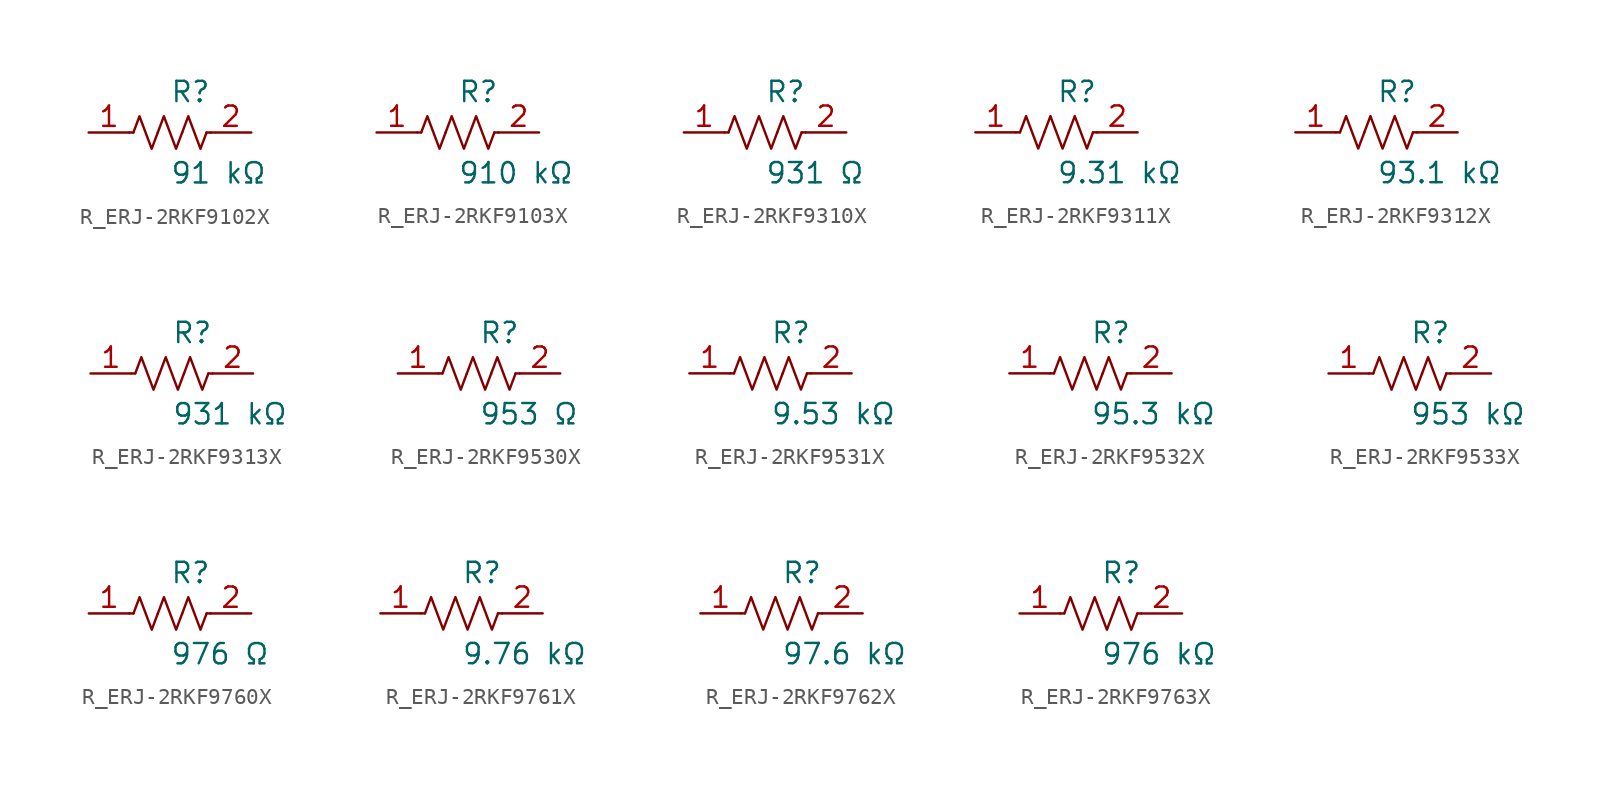
<source format=kicad_sym>
(kicad_symbol_lib
  (version 20231120)
  (generator kicad_symbol_editor)
  (generator_version 8.0)
  (symbol "R_ERJ-2RKF9102X"
    (pin_names
      (offset 0.254))
    (property "Reference" "R"
      (at 0 2.54 0)
      (effects (font (size 1.27 1.27)) (justify left)))
    (property "Value" "91 kΩ"
      (at 0 -2.54 0)
      (effects (font (size 1.27 1.27)) (justify left)))
    (symbol "R_ERJ-2RKF9102X_0_1"
      (polyline (pts (xy 2.286 0) (xy 2.54 0)) (stroke (width 0) (type default)) (fill (type none)))
      (polyline (pts (xy -2.286 0) (xy -2.54 0)) (stroke (width 0) (type default)) (fill (type none)))
      (polyline (pts (xy 0.762 0) (xy 1.143 1.016) (xy 1.524 0) (xy 1.905 -1.016) (xy 2.286 0)) (stroke (width 0) (type default)) (fill (type none)))
      (polyline (pts (xy -0.762 0) (xy -0.381 1.016) (xy 0 0) (xy 0.381 -1.016) (xy 0.762 0)) (stroke (width 0) (type default)) (fill (type none)))
      (polyline (pts (xy -2.286 0) (xy -1.905 1.016) (xy -1.524 0) (xy -1.143 -1.016) (xy -0.762 0)) (stroke (width 0) (type default)) (fill (type none))))
    (pin passive line
      (at -5.08 0 0)
      (length 2.54)
      (name "" (effects (font (size 1.27 1.27))))
      (number "1" (effects (font (size 1.27 1.27)))))
    (pin passive line
      (at 5.08 0 180)
      (length 2.54)
      (name "" (effects (font (size 1.27 1.27))))
      (number "2" (effects (font (size 1.27 1.27))))))
  (symbol "R_ERJ-2RKF9103X"
    (pin_names
      (offset 0.254))
    (property "Reference" "R"
      (at 0 2.54 0)
      (effects (font (size 1.27 1.27)) (justify left)))
    (property "Value" "910 kΩ"
      (at 0 -2.54 0)
      (effects (font (size 1.27 1.27)) (justify left)))
    (symbol "R_ERJ-2RKF9103X_0_1"
      (polyline (pts (xy 2.286 0) (xy 2.54 0)) (stroke (width 0) (type default)) (fill (type none)))
      (polyline (pts (xy -2.286 0) (xy -2.54 0)) (stroke (width 0) (type default)) (fill (type none)))
      (polyline (pts (xy 0.762 0) (xy 1.143 1.016) (xy 1.524 0) (xy 1.905 -1.016) (xy 2.286 0)) (stroke (width 0) (type default)) (fill (type none)))
      (polyline (pts (xy -0.762 0) (xy -0.381 1.016) (xy 0 0) (xy 0.381 -1.016) (xy 0.762 0)) (stroke (width 0) (type default)) (fill (type none)))
      (polyline (pts (xy -2.286 0) (xy -1.905 1.016) (xy -1.524 0) (xy -1.143 -1.016) (xy -0.762 0)) (stroke (width 0) (type default)) (fill (type none))))
    (pin passive line
      (at -5.08 0 0)
      (length 2.54)
      (name "" (effects (font (size 1.27 1.27))))
      (number "1" (effects (font (size 1.27 1.27)))))
    (pin passive line
      (at 5.08 0 180)
      (length 2.54)
      (name "" (effects (font (size 1.27 1.27))))
      (number "2" (effects (font (size 1.27 1.27))))))
  (symbol "R_ERJ-2RKF9310X"
    (pin_names
      (offset 0.254))
    (property "Reference" "R"
      (at 0 2.54 0)
      (effects (font (size 1.27 1.27)) (justify left)))
    (property "Value" "931 Ω"
      (at 0 -2.54 0)
      (effects (font (size 1.27 1.27)) (justify left)))
    (symbol "R_ERJ-2RKF9310X_0_1"
      (polyline (pts (xy 2.286 0) (xy 2.54 0)) (stroke (width 0) (type default)) (fill (type none)))
      (polyline (pts (xy -2.286 0) (xy -2.54 0)) (stroke (width 0) (type default)) (fill (type none)))
      (polyline (pts (xy 0.762 0) (xy 1.143 1.016) (xy 1.524 0) (xy 1.905 -1.016) (xy 2.286 0)) (stroke (width 0) (type default)) (fill (type none)))
      (polyline (pts (xy -0.762 0) (xy -0.381 1.016) (xy 0 0) (xy 0.381 -1.016) (xy 0.762 0)) (stroke (width 0) (type default)) (fill (type none)))
      (polyline (pts (xy -2.286 0) (xy -1.905 1.016) (xy -1.524 0) (xy -1.143 -1.016) (xy -0.762 0)) (stroke (width 0) (type default)) (fill (type none))))
    (pin passive line
      (at -5.08 0 0)
      (length 2.54)
      (name "" (effects (font (size 1.27 1.27))))
      (number "1" (effects (font (size 1.27 1.27)))))
    (pin passive line
      (at 5.08 0 180)
      (length 2.54)
      (name "" (effects (font (size 1.27 1.27))))
      (number "2" (effects (font (size 1.27 1.27))))))
  (symbol "R_ERJ-2RKF9311X"
    (pin_names
      (offset 0.254))
    (property "Reference" "R"
      (at 0 2.54 0)
      (effects (font (size 1.27 1.27)) (justify left)))
    (property "Value" "9.31 kΩ"
      (at 0 -2.54 0)
      (effects (font (size 1.27 1.27)) (justify left)))
    (symbol "R_ERJ-2RKF9311X_0_1"
      (polyline (pts (xy 2.286 0) (xy 2.54 0)) (stroke (width 0) (type default)) (fill (type none)))
      (polyline (pts (xy -2.286 0) (xy -2.54 0)) (stroke (width 0) (type default)) (fill (type none)))
      (polyline (pts (xy 0.762 0) (xy 1.143 1.016) (xy 1.524 0) (xy 1.905 -1.016) (xy 2.286 0)) (stroke (width 0) (type default)) (fill (type none)))
      (polyline (pts (xy -0.762 0) (xy -0.381 1.016) (xy 0 0) (xy 0.381 -1.016) (xy 0.762 0)) (stroke (width 0) (type default)) (fill (type none)))
      (polyline (pts (xy -2.286 0) (xy -1.905 1.016) (xy -1.524 0) (xy -1.143 -1.016) (xy -0.762 0)) (stroke (width 0) (type default)) (fill (type none))))
    (pin passive line
      (at -5.08 0 0)
      (length 2.54)
      (name "" (effects (font (size 1.27 1.27))))
      (number "1" (effects (font (size 1.27 1.27)))))
    (pin passive line
      (at 5.08 0 180)
      (length 2.54)
      (name "" (effects (font (size 1.27 1.27))))
      (number "2" (effects (font (size 1.27 1.27))))))
  (symbol "R_ERJ-2RKF9312X"
    (pin_names
      (offset 0.254))
    (property "Reference" "R"
      (at 0 2.54 0)
      (effects (font (size 1.27 1.27)) (justify left)))
    (property "Value" "93.1 kΩ"
      (at 0 -2.54 0)
      (effects (font (size 1.27 1.27)) (justify left)))
    (symbol "R_ERJ-2RKF9312X_0_1"
      (polyline (pts (xy 2.286 0) (xy 2.54 0)) (stroke (width 0) (type default)) (fill (type none)))
      (polyline (pts (xy -2.286 0) (xy -2.54 0)) (stroke (width 0) (type default)) (fill (type none)))
      (polyline (pts (xy 0.762 0) (xy 1.143 1.016) (xy 1.524 0) (xy 1.905 -1.016) (xy 2.286 0)) (stroke (width 0) (type default)) (fill (type none)))
      (polyline (pts (xy -0.762 0) (xy -0.381 1.016) (xy 0 0) (xy 0.381 -1.016) (xy 0.762 0)) (stroke (width 0) (type default)) (fill (type none)))
      (polyline (pts (xy -2.286 0) (xy -1.905 1.016) (xy -1.524 0) (xy -1.143 -1.016) (xy -0.762 0)) (stroke (width 0) (type default)) (fill (type none))))
    (pin passive line
      (at -5.08 0 0)
      (length 2.54)
      (name "" (effects (font (size 1.27 1.27))))
      (number "1" (effects (font (size 1.27 1.27)))))
    (pin passive line
      (at 5.08 0 180)
      (length 2.54)
      (name "" (effects (font (size 1.27 1.27))))
      (number "2" (effects (font (size 1.27 1.27))))))
  (symbol "R_ERJ-2RKF9313X"
    (pin_names
      (offset 0.254))
    (property "Reference" "R"
      (at 0 2.54 0)
      (effects (font (size 1.27 1.27)) (justify left)))
    (property "Value" "931 kΩ"
      (at 0 -2.54 0)
      (effects (font (size 1.27 1.27)) (justify left)))
    (symbol "R_ERJ-2RKF9313X_0_1"
      (polyline (pts (xy 2.286 0) (xy 2.54 0)) (stroke (width 0) (type default)) (fill (type none)))
      (polyline (pts (xy -2.286 0) (xy -2.54 0)) (stroke (width 0) (type default)) (fill (type none)))
      (polyline (pts (xy 0.762 0) (xy 1.143 1.016) (xy 1.524 0) (xy 1.905 -1.016) (xy 2.286 0)) (stroke (width 0) (type default)) (fill (type none)))
      (polyline (pts (xy -0.762 0) (xy -0.381 1.016) (xy 0 0) (xy 0.381 -1.016) (xy 0.762 0)) (stroke (width 0) (type default)) (fill (type none)))
      (polyline (pts (xy -2.286 0) (xy -1.905 1.016) (xy -1.524 0) (xy -1.143 -1.016) (xy -0.762 0)) (stroke (width 0) (type default)) (fill (type none))))
    (pin passive line
      (at -5.08 0 0)
      (length 2.54)
      (name "" (effects (font (size 1.27 1.27))))
      (number "1" (effects (font (size 1.27 1.27)))))
    (pin passive line
      (at 5.08 0 180)
      (length 2.54)
      (name "" (effects (font (size 1.27 1.27))))
      (number "2" (effects (font (size 1.27 1.27))))))
  (symbol "R_ERJ-2RKF9530X"
    (pin_names
      (offset 0.254))
    (property "Reference" "R"
      (at 0 2.54 0)
      (effects (font (size 1.27 1.27)) (justify left)))
    (property "Value" "953 Ω"
      (at 0 -2.54 0)
      (effects (font (size 1.27 1.27)) (justify left)))
    (symbol "R_ERJ-2RKF9530X_0_1"
      (polyline (pts (xy 2.286 0) (xy 2.54 0)) (stroke (width 0) (type default)) (fill (type none)))
      (polyline (pts (xy -2.286 0) (xy -2.54 0)) (stroke (width 0) (type default)) (fill (type none)))
      (polyline (pts (xy 0.762 0) (xy 1.143 1.016) (xy 1.524 0) (xy 1.905 -1.016) (xy 2.286 0)) (stroke (width 0) (type default)) (fill (type none)))
      (polyline (pts (xy -0.762 0) (xy -0.381 1.016) (xy 0 0) (xy 0.381 -1.016) (xy 0.762 0)) (stroke (width 0) (type default)) (fill (type none)))
      (polyline (pts (xy -2.286 0) (xy -1.905 1.016) (xy -1.524 0) (xy -1.143 -1.016) (xy -0.762 0)) (stroke (width 0) (type default)) (fill (type none))))
    (pin passive line
      (at -5.08 0 0)
      (length 2.54)
      (name "" (effects (font (size 1.27 1.27))))
      (number "1" (effects (font (size 1.27 1.27)))))
    (pin passive line
      (at 5.08 0 180)
      (length 2.54)
      (name "" (effects (font (size 1.27 1.27))))
      (number "2" (effects (font (size 1.27 1.27))))))
  (symbol "R_ERJ-2RKF9531X"
    (pin_names
      (offset 0.254))
    (property "Reference" "R"
      (at 0 2.54 0)
      (effects (font (size 1.27 1.27)) (justify left)))
    (property "Value" "9.53 kΩ"
      (at 0 -2.54 0)
      (effects (font (size 1.27 1.27)) (justify left)))
    (symbol "R_ERJ-2RKF9531X_0_1"
      (polyline (pts (xy 2.286 0) (xy 2.54 0)) (stroke (width 0) (type default)) (fill (type none)))
      (polyline (pts (xy -2.286 0) (xy -2.54 0)) (stroke (width 0) (type default)) (fill (type none)))
      (polyline (pts (xy 0.762 0) (xy 1.143 1.016) (xy 1.524 0) (xy 1.905 -1.016) (xy 2.286 0)) (stroke (width 0) (type default)) (fill (type none)))
      (polyline (pts (xy -0.762 0) (xy -0.381 1.016) (xy 0 0) (xy 0.381 -1.016) (xy 0.762 0)) (stroke (width 0) (type default)) (fill (type none)))
      (polyline (pts (xy -2.286 0) (xy -1.905 1.016) (xy -1.524 0) (xy -1.143 -1.016) (xy -0.762 0)) (stroke (width 0) (type default)) (fill (type none))))
    (pin passive line
      (at -5.08 0 0)
      (length 2.54)
      (name "" (effects (font (size 1.27 1.27))))
      (number "1" (effects (font (size 1.27 1.27)))))
    (pin passive line
      (at 5.08 0 180)
      (length 2.54)
      (name "" (effects (font (size 1.27 1.27))))
      (number "2" (effects (font (size 1.27 1.27))))))
  (symbol "R_ERJ-2RKF9532X"
    (pin_names
      (offset 0.254))
    (property "Reference" "R"
      (at 0 2.54 0)
      (effects (font (size 1.27 1.27)) (justify left)))
    (property "Value" "95.3 kΩ"
      (at 0 -2.54 0)
      (effects (font (size 1.27 1.27)) (justify left)))
    (symbol "R_ERJ-2RKF9532X_0_1"
      (polyline (pts (xy 2.286 0) (xy 2.54 0)) (stroke (width 0) (type default)) (fill (type none)))
      (polyline (pts (xy -2.286 0) (xy -2.54 0)) (stroke (width 0) (type default)) (fill (type none)))
      (polyline (pts (xy 0.762 0) (xy 1.143 1.016) (xy 1.524 0) (xy 1.905 -1.016) (xy 2.286 0)) (stroke (width 0) (type default)) (fill (type none)))
      (polyline (pts (xy -0.762 0) (xy -0.381 1.016) (xy 0 0) (xy 0.381 -1.016) (xy 0.762 0)) (stroke (width 0) (type default)) (fill (type none)))
      (polyline (pts (xy -2.286 0) (xy -1.905 1.016) (xy -1.524 0) (xy -1.143 -1.016) (xy -0.762 0)) (stroke (width 0) (type default)) (fill (type none))))
    (pin passive line
      (at -5.08 0 0)
      (length 2.54)
      (name "" (effects (font (size 1.27 1.27))))
      (number "1" (effects (font (size 1.27 1.27)))))
    (pin passive line
      (at 5.08 0 180)
      (length 2.54)
      (name "" (effects (font (size 1.27 1.27))))
      (number "2" (effects (font (size 1.27 1.27))))))
  (symbol "R_ERJ-2RKF9533X"
    (pin_names
      (offset 0.254))
    (property "Reference" "R"
      (at 0 2.54 0)
      (effects (font (size 1.27 1.27)) (justify left)))
    (property "Value" "953 kΩ"
      (at 0 -2.54 0)
      (effects (font (size 1.27 1.27)) (justify left)))
    (symbol "R_ERJ-2RKF9533X_0_1"
      (polyline (pts (xy 2.286 0) (xy 2.54 0)) (stroke (width 0) (type default)) (fill (type none)))
      (polyline (pts (xy -2.286 0) (xy -2.54 0)) (stroke (width 0) (type default)) (fill (type none)))
      (polyline (pts (xy 0.762 0) (xy 1.143 1.016) (xy 1.524 0) (xy 1.905 -1.016) (xy 2.286 0)) (stroke (width 0) (type default)) (fill (type none)))
      (polyline (pts (xy -0.762 0) (xy -0.381 1.016) (xy 0 0) (xy 0.381 -1.016) (xy 0.762 0)) (stroke (width 0) (type default)) (fill (type none)))
      (polyline (pts (xy -2.286 0) (xy -1.905 1.016) (xy -1.524 0) (xy -1.143 -1.016) (xy -0.762 0)) (stroke (width 0) (type default)) (fill (type none))))
    (pin passive line
      (at -5.08 0 0)
      (length 2.54)
      (name "" (effects (font (size 1.27 1.27))))
      (number "1" (effects (font (size 1.27 1.27)))))
    (pin passive line
      (at 5.08 0 180)
      (length 2.54)
      (name "" (effects (font (size 1.27 1.27))))
      (number "2" (effects (font (size 1.27 1.27))))))
  (symbol "R_ERJ-2RKF9760X"
    (pin_names
      (offset 0.254))
    (property "Reference" "R"
      (at 0 2.54 0)
      (effects (font (size 1.27 1.27)) (justify left)))
    (property "Value" "976 Ω"
      (at 0 -2.54 0)
      (effects (font (size 1.27 1.27)) (justify left)))
    (symbol "R_ERJ-2RKF9760X_0_1"
      (polyline (pts (xy 2.286 0) (xy 2.54 0)) (stroke (width 0) (type default)) (fill (type none)))
      (polyline (pts (xy -2.286 0) (xy -2.54 0)) (stroke (width 0) (type default)) (fill (type none)))
      (polyline (pts (xy 0.762 0) (xy 1.143 1.016) (xy 1.524 0) (xy 1.905 -1.016) (xy 2.286 0)) (stroke (width 0) (type default)) (fill (type none)))
      (polyline (pts (xy -0.762 0) (xy -0.381 1.016) (xy 0 0) (xy 0.381 -1.016) (xy 0.762 0)) (stroke (width 0) (type default)) (fill (type none)))
      (polyline (pts (xy -2.286 0) (xy -1.905 1.016) (xy -1.524 0) (xy -1.143 -1.016) (xy -0.762 0)) (stroke (width 0) (type default)) (fill (type none))))
    (pin passive line
      (at -5.08 0 0)
      (length 2.54)
      (name "" (effects (font (size 1.27 1.27))))
      (number "1" (effects (font (size 1.27 1.27)))))
    (pin passive line
      (at 5.08 0 180)
      (length 2.54)
      (name "" (effects (font (size 1.27 1.27))))
      (number "2" (effects (font (size 1.27 1.27))))))
  (symbol "R_ERJ-2RKF9761X"
    (pin_names
      (offset 0.254))
    (property "Reference" "R"
      (at 0 2.54 0)
      (effects (font (size 1.27 1.27)) (justify left)))
    (property "Value" "9.76 kΩ"
      (at 0 -2.54 0)
      (effects (font (size 1.27 1.27)) (justify left)))
    (symbol "R_ERJ-2RKF9761X_0_1"
      (polyline (pts (xy 2.286 0) (xy 2.54 0)) (stroke (width 0) (type default)) (fill (type none)))
      (polyline (pts (xy -2.286 0) (xy -2.54 0)) (stroke (width 0) (type default)) (fill (type none)))
      (polyline (pts (xy 0.762 0) (xy 1.143 1.016) (xy 1.524 0) (xy 1.905 -1.016) (xy 2.286 0)) (stroke (width 0) (type default)) (fill (type none)))
      (polyline (pts (xy -0.762 0) (xy -0.381 1.016) (xy 0 0) (xy 0.381 -1.016) (xy 0.762 0)) (stroke (width 0) (type default)) (fill (type none)))
      (polyline (pts (xy -2.286 0) (xy -1.905 1.016) (xy -1.524 0) (xy -1.143 -1.016) (xy -0.762 0)) (stroke (width 0) (type default)) (fill (type none))))
    (pin passive line
      (at -5.08 0 0)
      (length 2.54)
      (name "" (effects (font (size 1.27 1.27))))
      (number "1" (effects (font (size 1.27 1.27)))))
    (pin passive line
      (at 5.08 0 180)
      (length 2.54)
      (name "" (effects (font (size 1.27 1.27))))
      (number "2" (effects (font (size 1.27 1.27))))))
  (symbol "R_ERJ-2RKF9762X"
    (pin_names
      (offset 0.254))
    (property "Reference" "R"
      (at 0 2.54 0)
      (effects (font (size 1.27 1.27)) (justify left)))
    (property "Value" "97.6 kΩ"
      (at 0 -2.54 0)
      (effects (font (size 1.27 1.27)) (justify left)))
    (symbol "R_ERJ-2RKF9762X_0_1"
      (polyline (pts (xy 2.286 0) (xy 2.54 0)) (stroke (width 0) (type default)) (fill (type none)))
      (polyline (pts (xy -2.286 0) (xy -2.54 0)) (stroke (width 0) (type default)) (fill (type none)))
      (polyline (pts (xy 0.762 0) (xy 1.143 1.016) (xy 1.524 0) (xy 1.905 -1.016) (xy 2.286 0)) (stroke (width 0) (type default)) (fill (type none)))
      (polyline (pts (xy -0.762 0) (xy -0.381 1.016) (xy 0 0) (xy 0.381 -1.016) (xy 0.762 0)) (stroke (width 0) (type default)) (fill (type none)))
      (polyline (pts (xy -2.286 0) (xy -1.905 1.016) (xy -1.524 0) (xy -1.143 -1.016) (xy -0.762 0)) (stroke (width 0) (type default)) (fill (type none))))
    (pin passive line
      (at -5.08 0 0)
      (length 2.54)
      (name "" (effects (font (size 1.27 1.27))))
      (number "1" (effects (font (size 1.27 1.27)))))
    (pin passive line
      (at 5.08 0 180)
      (length 2.54)
      (name "" (effects (font (size 1.27 1.27))))
      (number "2" (effects (font (size 1.27 1.27))))))
  (symbol "R_ERJ-2RKF9763X"
    (pin_names
      (offset 0.254))
    (property "Reference" "R"
      (at 0 2.54 0)
      (effects (font (size 1.27 1.27)) (justify left)))
    (property "Value" "976 kΩ"
      (at 0 -2.54 0)
      (effects (font (size 1.27 1.27)) (justify left)))
    (symbol "R_ERJ-2RKF9763X_0_1"
      (polyline (pts (xy 2.286 0) (xy 2.54 0)) (stroke (width 0) (type default)) (fill (type none)))
      (polyline (pts (xy -2.286 0) (xy -2.54 0)) (stroke (width 0) (type default)) (fill (type none)))
      (polyline (pts (xy 0.762 0) (xy 1.143 1.016) (xy 1.524 0) (xy 1.905 -1.016) (xy 2.286 0)) (stroke (width 0) (type default)) (fill (type none)))
      (polyline (pts (xy -0.762 0) (xy -0.381 1.016) (xy 0 0) (xy 0.381 -1.016) (xy 0.762 0)) (stroke (width 0) (type default)) (fill (type none)))
      (polyline (pts (xy -2.286 0) (xy -1.905 1.016) (xy -1.524 0) (xy -1.143 -1.016) (xy -0.762 0)) (stroke (width 0) (type default)) (fill (type none))))
    (pin passive line
      (at -5.08 0 0)
      (length 2.54)
      (name "" (effects (font (size 1.27 1.27))))
      (number "1" (effects (font (size 1.27 1.27)))))
    (pin passive line
      (at 5.08 0 180)
      (length 2.54)
      (name "" (effects (font (size 1.27 1.27))))
      (number "2" (effects (font (size 1.27 1.27)))))))
</source>
